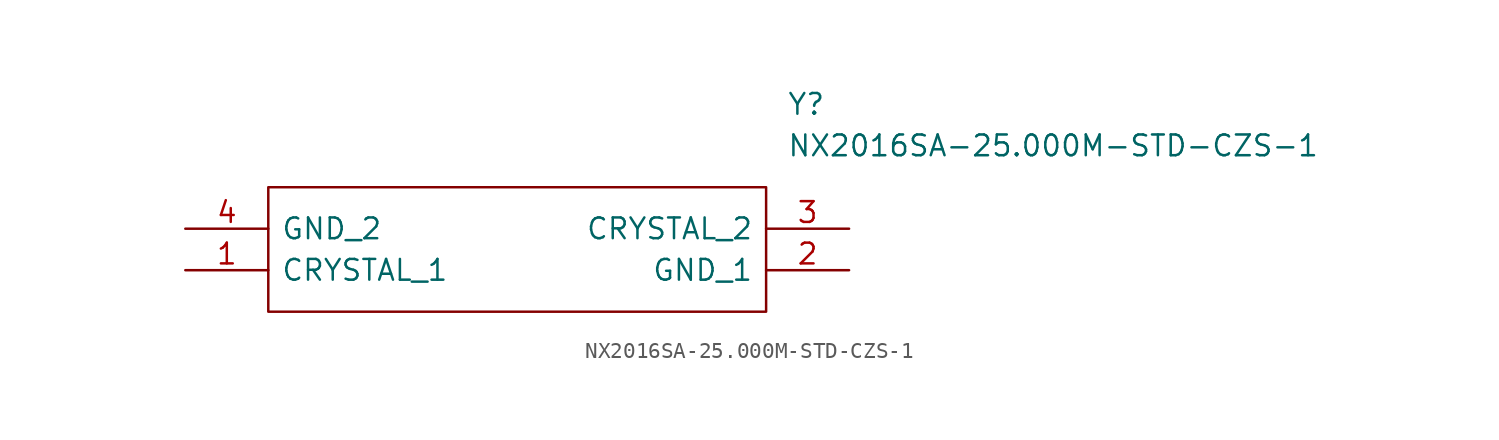
<source format=kicad_sym>
(kicad_symbol_lib
  (version 20211014)
  (generator kicad_symbol_editor)
  (symbol "NX2016SA-25.000M-STD-CZS-1"
    (pin_names
      (offset 0.762))
    (property "Reference" "Y"
      (at 36.83 7.62 0)
      (effects (font (size 1.27 1.27)) (justify left)))
    (property "Value" "NX2016SA-25.000M-STD-CZS-1"
      (at 36.83 5.08 0)
      (effects (font (size 1.27 1.27)) (justify left)))
    (symbol "NX2016SA-25.000M-STD-CZS-1_0_0"
      (pin passive line (at 0 -2.54 0) (length 5.08) (name "CRYSTAL_1" (effects (font (size 1.27 1.27)))) (number "1" (effects (font (size 1.27 1.27)))))
      (pin passive line (at 40.64 -2.54 180) (length 5.08) (name "GND_1" (effects (font (size 1.27 1.27)))) (number "2" (effects (font (size 1.27 1.27)))))
      (pin passive line (at 40.64 0 180) (length 5.08) (name "CRYSTAL_2" (effects (font (size 1.27 1.27)))) (number "3" (effects (font (size 1.27 1.27)))))
      (pin passive line (at 0 0 0) (length 5.08) (name "GND_2" (effects (font (size 1.27 1.27)))) (number "4" (effects (font (size 1.27 1.27))))))
    (symbol "NX2016SA-25.000M-STD-CZS-1_0_1"
      (polyline (pts (xy 5.08 2.54) (xy 35.56 2.54) (xy 35.56 -5.08) (xy 5.08 -5.08) (xy 5.08 2.54)) (stroke (width 0.152) (type default) (color 0 0 0 0)) (fill (type none))))))
</source>
